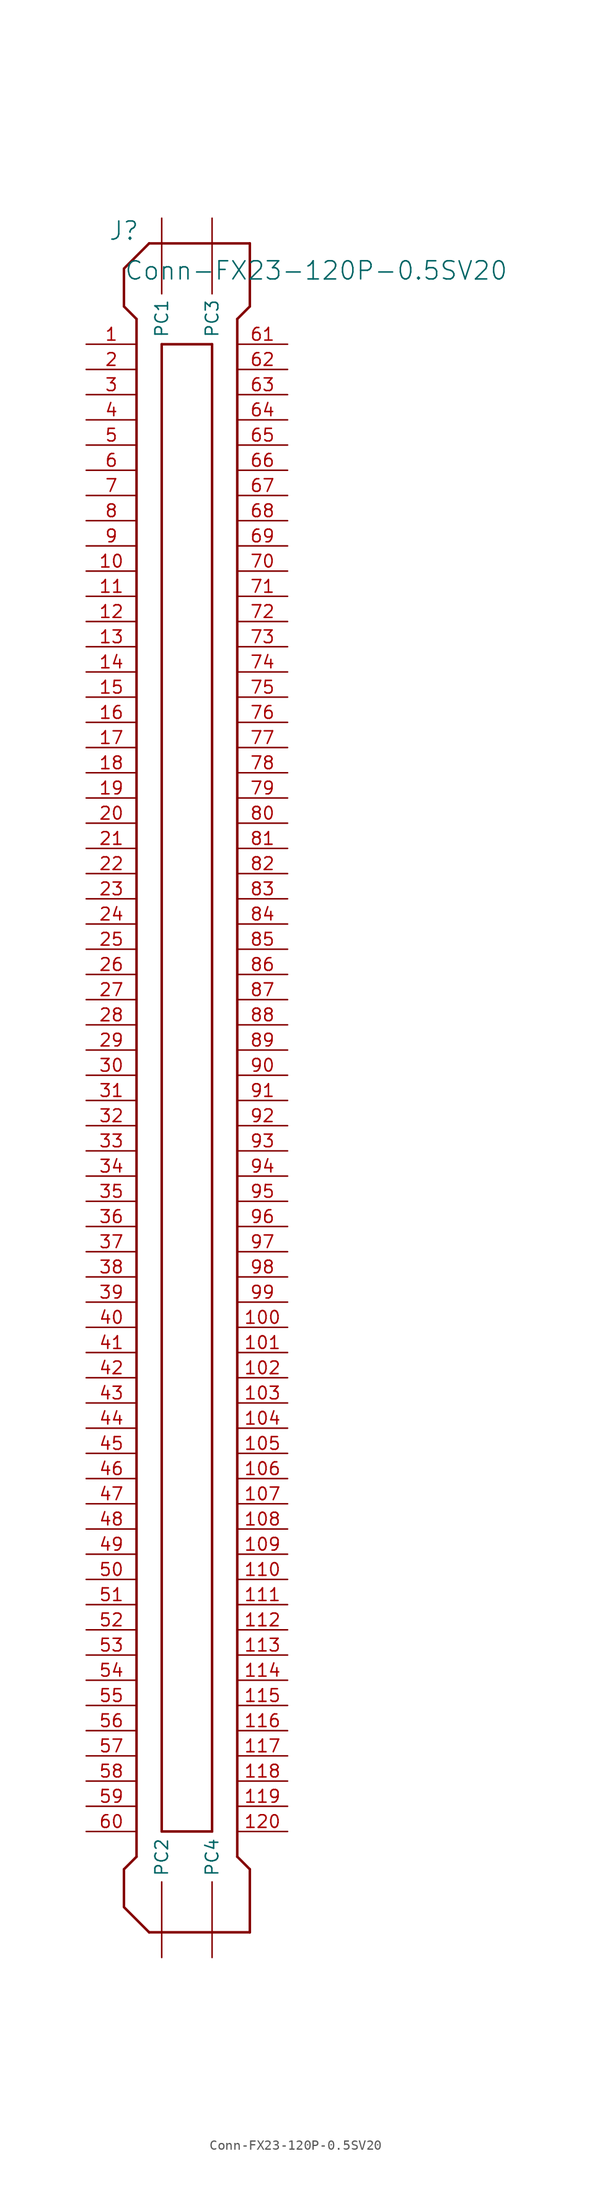
<source format=kicad_sym>
(kicad_symbol_lib
  (version 20231120)
  (generator "kicad_symbol_editor")
  (generator_version "8.0")
  (symbol "Conn-FX23-120P-0.5SV20"
    (property "Reference" "J"
      (at -1.27 1.27 0)
      (effects (font (size 1.829 1.829))))
    (property "Value" "Conn-FX23-120P-0.5SV20"
      (at -1.27 -3.81 0)
      (effects (font (size 1.829 1.829)) (justify left bottom)))
    (symbol "Conn-FX23-120P-0.5SV20_1_0"
      (polyline (pts (xy 0 -162.56) (xy -1.27 -163.83)) (stroke (width 0.254) (type solid)) (fill (type none)))
      (polyline (pts (xy 0 -162.56) (xy 0 -7.62)) (stroke (width 0.254) (type solid)) (fill (type none)))
      (polyline (pts (xy 0 -7.62) (xy -1.27 -6.35)) (stroke (width 0.254) (type solid)) (fill (type none)))
      (polyline (pts (xy 1.27 0) (xy 11.43 0)) (stroke (width 0.254) (type solid)) (fill (type none)))
      (polyline (pts (xy 2.54 -10.16) (xy 2.54 -160.02)) (stroke (width 0.254) (type solid)) (fill (type none)))
      (polyline (pts (xy 7.62 -160.02) (xy 2.54 -160.02)) (stroke (width 0.254) (type solid)) (fill (type none)))
      (polyline (pts (xy 7.62 -160.02) (xy 7.62 -10.16)) (stroke (width 0.254) (type solid)) (fill (type none)))
      (polyline (pts (xy 7.62 -10.16) (xy 2.54 -10.16)) (stroke (width 0.254) (type solid)) (fill (type none)))
      (polyline (pts (xy 10.16 -7.62) (xy 10.16 -162.56)) (stroke (width 0.254) (type solid)) (fill (type none)))
      (polyline (pts (xy 10.16 -7.62) (xy 11.43 -6.35)) (stroke (width 0.254) (type solid)) (fill (type none)))
      (polyline (pts (xy 11.43 -170.18) (xy 1.27 -170.18)) (stroke (width 0.254) (type solid)) (fill (type none)))
      (polyline (pts (xy 11.43 -163.83) (xy 10.16 -162.56)) (stroke (width 0.254) (type solid)) (fill (type none)))
      (polyline (pts (xy 11.43 -163.83) (xy 11.43 -170.18)) (stroke (width 0.254) (type solid)) (fill (type none)))
      (polyline (pts (xy 11.43 0) (xy 11.43 -6.35)) (stroke (width 0.254) (type solid)) (fill (type none)))
      (polyline (pts (xy 1.27 -170.18) (xy -1.27 -167.64) (xy -1.27 -163.83)) (stroke (width 0.254) (type solid)) (fill (type none)))
      (polyline (pts (xy 1.27 0) (xy -1.27 -2.54) (xy -1.27 -6.35)) (stroke (width 0.254) (type solid)) (fill (type none)))
      (pin passive line (at -5.08 -10.16 0) (length 5.08) (name "1" (effects (font (size 0 0)))) (number "1" (effects (font (size 1.27 1.27)))))
      (pin passive line (at -5.08 -33.02 0) (length 5.08) (name "10" (effects (font (size 0 0)))) (number "10" (effects (font (size 1.27 1.27)))))
      (pin passive line (at 15.24 -109.22 180) (length 5.08) (name "100" (effects (font (size 0 0)))) (number "100" (effects (font (size 1.27 1.27)))))
      (pin passive line (at 15.24 -111.76 180) (length 5.08) (name "101" (effects (font (size 0 0)))) (number "101" (effects (font (size 1.27 1.27)))))
      (pin passive line (at 15.24 -114.3 180) (length 5.08) (name "102" (effects (font (size 0 0)))) (number "102" (effects (font (size 1.27 1.27)))))
      (pin passive line (at 15.24 -116.84 180) (length 5.08) (name "103" (effects (font (size 0 0)))) (number "103" (effects (font (size 1.27 1.27)))))
      (pin passive line (at 15.24 -119.38 180) (length 5.08) (name "104" (effects (font (size 0 0)))) (number "104" (effects (font (size 1.27 1.27)))))
      (pin passive line (at 15.24 -121.92 180) (length 5.08) (name "105" (effects (font (size 0 0)))) (number "105" (effects (font (size 1.27 1.27)))))
      (pin passive line (at 15.24 -124.46 180) (length 5.08) (name "106" (effects (font (size 0 0)))) (number "106" (effects (font (size 1.27 1.27)))))
      (pin passive line (at 15.24 -127 180) (length 5.08) (name "107" (effects (font (size 0 0)))) (number "107" (effects (font (size 1.27 1.27)))))
      (pin passive line (at 15.24 -129.54 180) (length 5.08) (name "108" (effects (font (size 0 0)))) (number "108" (effects (font (size 1.27 1.27)))))
      (pin passive line (at 15.24 -132.08 180) (length 5.08) (name "109" (effects (font (size 0 0)))) (number "109" (effects (font (size 1.27 1.27)))))
      (pin passive line (at -5.08 -35.56 0) (length 5.08) (name "11" (effects (font (size 0 0)))) (number "11" (effects (font (size 1.27 1.27)))))
      (pin passive line (at 15.24 -134.62 180) (length 5.08) (name "110" (effects (font (size 0 0)))) (number "110" (effects (font (size 1.27 1.27)))))
      (pin passive line (at 15.24 -137.16 180) (length 5.08) (name "111" (effects (font (size 0 0)))) (number "111" (effects (font (size 1.27 1.27)))))
      (pin passive line (at 15.24 -139.7 180) (length 5.08) (name "112" (effects (font (size 0 0)))) (number "112" (effects (font (size 1.27 1.27)))))
      (pin passive line (at 15.24 -142.24 180) (length 5.08) (name "113" (effects (font (size 0 0)))) (number "113" (effects (font (size 1.27 1.27)))))
      (pin passive line (at 15.24 -144.78 180) (length 5.08) (name "114" (effects (font (size 0 0)))) (number "114" (effects (font (size 1.27 1.27)))))
      (pin passive line (at 15.24 -147.32 180) (length 5.08) (name "115" (effects (font (size 0 0)))) (number "115" (effects (font (size 1.27 1.27)))))
      (pin passive line (at 15.24 -149.86 180) (length 5.08) (name "116" (effects (font (size 0 0)))) (number "116" (effects (font (size 1.27 1.27)))))
      (pin passive line (at 15.24 -152.4 180) (length 5.08) (name "117" (effects (font (size 0 0)))) (number "117" (effects (font (size 1.27 1.27)))))
      (pin passive line (at 15.24 -154.94 180) (length 5.08) (name "118" (effects (font (size 0 0)))) (number "118" (effects (font (size 1.27 1.27)))))
      (pin passive line (at 15.24 -157.48 180) (length 5.08) (name "119" (effects (font (size 0 0)))) (number "119" (effects (font (size 1.27 1.27)))))
      (pin passive line (at -5.08 -38.1 0) (length 5.08) (name "12" (effects (font (size 0 0)))) (number "12" (effects (font (size 1.27 1.27)))))
      (pin passive line (at 15.24 -160.02 180) (length 5.08) (name "120" (effects (font (size 0 0)))) (number "120" (effects (font (size 1.27 1.27)))))
      (pin passive line (at 2.54 2.54 270) (length 7.62) (name "PC1" (effects (font (size 1.27 1.27)))) (number "121" (effects (font (size 0 0)))))
      (pin passive line (at 2.54 -172.72 90) (length 7.62) (name "PC2" (effects (font (size 1.27 1.27)))) (number "122" (effects (font (size 0 0)))))
      (pin passive line (at 7.62 2.54 270) (length 7.62) (name "PC3" (effects (font (size 1.27 1.27)))) (number "123" (effects (font (size 0 0)))))
      (pin passive line (at 7.62 -172.72 90) (length 7.62) (name "PC4" (effects (font (size 1.27 1.27)))) (number "124" (effects (font (size 0 0)))))
      (pin passive line (at -5.08 -40.64 0) (length 5.08) (name "13" (effects (font (size 0 0)))) (number "13" (effects (font (size 1.27 1.27)))))
      (pin passive line (at -5.08 -43.18 0) (length 5.08) (name "14" (effects (font (size 0 0)))) (number "14" (effects (font (size 1.27 1.27)))))
      (pin passive line (at -5.08 -45.72 0) (length 5.08) (name "15" (effects (font (size 0 0)))) (number "15" (effects (font (size 1.27 1.27)))))
      (pin passive line (at -5.08 -48.26 0) (length 5.08) (name "16" (effects (font (size 0 0)))) (number "16" (effects (font (size 1.27 1.27)))))
      (pin passive line (at -5.08 -50.8 0) (length 5.08) (name "17" (effects (font (size 0 0)))) (number "17" (effects (font (size 1.27 1.27)))))
      (pin passive line (at -5.08 -53.34 0) (length 5.08) (name "18" (effects (font (size 0 0)))) (number "18" (effects (font (size 1.27 1.27)))))
      (pin passive line (at -5.08 -55.88 0) (length 5.08) (name "19" (effects (font (size 0 0)))) (number "19" (effects (font (size 1.27 1.27)))))
      (pin passive line (at -5.08 -12.7 0) (length 5.08) (name "2" (effects (font (size 0 0)))) (number "2" (effects (font (size 1.27 1.27)))))
      (pin passive line (at -5.08 -58.42 0) (length 5.08) (name "20" (effects (font (size 0 0)))) (number "20" (effects (font (size 1.27 1.27)))))
      (pin passive line (at -5.08 -60.96 0) (length 5.08) (name "21" (effects (font (size 0 0)))) (number "21" (effects (font (size 1.27 1.27)))))
      (pin passive line (at -5.08 -63.5 0) (length 5.08) (name "22" (effects (font (size 0 0)))) (number "22" (effects (font (size 1.27 1.27)))))
      (pin passive line (at -5.08 -66.04 0) (length 5.08) (name "23" (effects (font (size 0 0)))) (number "23" (effects (font (size 1.27 1.27)))))
      (pin passive line (at -5.08 -68.58 0) (length 5.08) (name "24" (effects (font (size 0 0)))) (number "24" (effects (font (size 1.27 1.27)))))
      (pin passive line (at -5.08 -71.12 0) (length 5.08) (name "25" (effects (font (size 0 0)))) (number "25" (effects (font (size 1.27 1.27)))))
      (pin passive line (at -5.08 -73.66 0) (length 5.08) (name "26" (effects (font (size 0 0)))) (number "26" (effects (font (size 1.27 1.27)))))
      (pin passive line (at -5.08 -76.2 0) (length 5.08) (name "27" (effects (font (size 0 0)))) (number "27" (effects (font (size 1.27 1.27)))))
      (pin passive line (at -5.08 -78.74 0) (length 5.08) (name "28" (effects (font (size 0 0)))) (number "28" (effects (font (size 1.27 1.27)))))
      (pin passive line (at -5.08 -81.28 0) (length 5.08) (name "29" (effects (font (size 0 0)))) (number "29" (effects (font (size 1.27 1.27)))))
      (pin passive line (at -5.08 -15.24 0) (length 5.08) (name "3" (effects (font (size 0 0)))) (number "3" (effects (font (size 1.27 1.27)))))
      (pin passive line (at -5.08 -83.82 0) (length 5.08) (name "30" (effects (font (size 0 0)))) (number "30" (effects (font (size 1.27 1.27)))))
      (pin passive line (at -5.08 -86.36 0) (length 5.08) (name "31" (effects (font (size 0 0)))) (number "31" (effects (font (size 1.27 1.27)))))
      (pin passive line (at -5.08 -88.9 0) (length 5.08) (name "32" (effects (font (size 0 0)))) (number "32" (effects (font (size 1.27 1.27)))))
      (pin passive line (at -5.08 -91.44 0) (length 5.08) (name "33" (effects (font (size 0 0)))) (number "33" (effects (font (size 1.27 1.27)))))
      (pin passive line (at -5.08 -93.98 0) (length 5.08) (name "34" (effects (font (size 0 0)))) (number "34" (effects (font (size 1.27 1.27)))))
      (pin passive line (at -5.08 -96.52 0) (length 5.08) (name "35" (effects (font (size 0 0)))) (number "35" (effects (font (size 1.27 1.27)))))
      (pin passive line (at -5.08 -99.06 0) (length 5.08) (name "36" (effects (font (size 0 0)))) (number "36" (effects (font (size 1.27 1.27)))))
      (pin passive line (at -5.08 -101.6 0) (length 5.08) (name "37" (effects (font (size 0 0)))) (number "37" (effects (font (size 1.27 1.27)))))
      (pin passive line (at -5.08 -104.14 0) (length 5.08) (name "38" (effects (font (size 0 0)))) (number "38" (effects (font (size 1.27 1.27)))))
      (pin passive line (at -5.08 -106.68 0) (length 5.08) (name "39" (effects (font (size 0 0)))) (number "39" (effects (font (size 1.27 1.27)))))
      (pin passive line (at -5.08 -17.78 0) (length 5.08) (name "4" (effects (font (size 0 0)))) (number "4" (effects (font (size 1.27 1.27)))))
      (pin passive line (at -5.08 -109.22 0) (length 5.08) (name "40" (effects (font (size 0 0)))) (number "40" (effects (font (size 1.27 1.27)))))
      (pin passive line (at -5.08 -111.76 0) (length 5.08) (name "41" (effects (font (size 0 0)))) (number "41" (effects (font (size 1.27 1.27)))))
      (pin passive line (at -5.08 -114.3 0) (length 5.08) (name "42" (effects (font (size 0 0)))) (number "42" (effects (font (size 1.27 1.27)))))
      (pin passive line (at -5.08 -116.84 0) (length 5.08) (name "43" (effects (font (size 0 0)))) (number "43" (effects (font (size 1.27 1.27)))))
      (pin passive line (at -5.08 -119.38 0) (length 5.08) (name "44" (effects (font (size 0 0)))) (number "44" (effects (font (size 1.27 1.27)))))
      (pin passive line (at -5.08 -121.92 0) (length 5.08) (name "45" (effects (font (size 0 0)))) (number "45" (effects (font (size 1.27 1.27)))))
      (pin passive line (at -5.08 -124.46 0) (length 5.08) (name "46" (effects (font (size 0 0)))) (number "46" (effects (font (size 1.27 1.27)))))
      (pin passive line (at -5.08 -127 0) (length 5.08) (name "47" (effects (font (size 0 0)))) (number "47" (effects (font (size 1.27 1.27)))))
      (pin passive line (at -5.08 -129.54 0) (length 5.08) (name "48" (effects (font (size 0 0)))) (number "48" (effects (font (size 1.27 1.27)))))
      (pin passive line (at -5.08 -132.08 0) (length 5.08) (name "49" (effects (font (size 0 0)))) (number "49" (effects (font (size 1.27 1.27)))))
      (pin passive line (at -5.08 -20.32 0) (length 5.08) (name "5" (effects (font (size 0 0)))) (number "5" (effects (font (size 1.27 1.27)))))
      (pin passive line (at -5.08 -134.62 0) (length 5.08) (name "50" (effects (font (size 0 0)))) (number "50" (effects (font (size 1.27 1.27)))))
      (pin passive line (at -5.08 -137.16 0) (length 5.08) (name "51" (effects (font (size 0 0)))) (number "51" (effects (font (size 1.27 1.27)))))
      (pin passive line (at -5.08 -139.7 0) (length 5.08) (name "52" (effects (font (size 0 0)))) (number "52" (effects (font (size 1.27 1.27)))))
      (pin passive line (at -5.08 -142.24 0) (length 5.08) (name "53" (effects (font (size 0 0)))) (number "53" (effects (font (size 1.27 1.27)))))
      (pin passive line (at -5.08 -144.78 0) (length 5.08) (name "54" (effects (font (size 0 0)))) (number "54" (effects (font (size 1.27 1.27)))))
      (pin passive line (at -5.08 -147.32 0) (length 5.08) (name "55" (effects (font (size 0 0)))) (number "55" (effects (font (size 1.27 1.27)))))
      (pin passive line (at -5.08 -149.86 0) (length 5.08) (name "56" (effects (font (size 0 0)))) (number "56" (effects (font (size 1.27 1.27)))))
      (pin passive line (at -5.08 -152.4 0) (length 5.08) (name "57" (effects (font (size 0 0)))) (number "57" (effects (font (size 1.27 1.27)))))
      (pin passive line (at -5.08 -154.94 0) (length 5.08) (name "58" (effects (font (size 0 0)))) (number "58" (effects (font (size 1.27 1.27)))))
      (pin passive line (at -5.08 -157.48 0) (length 5.08) (name "59" (effects (font (size 0 0)))) (number "59" (effects (font (size 1.27 1.27)))))
      (pin passive line (at -5.08 -22.86 0) (length 5.08) (name "6" (effects (font (size 0 0)))) (number "6" (effects (font (size 1.27 1.27)))))
      (pin passive line (at -5.08 -160.02 0) (length 5.08) (name "60" (effects (font (size 0 0)))) (number "60" (effects (font (size 1.27 1.27)))))
      (pin passive line (at 15.24 -10.16 180) (length 5.08) (name "61" (effects (font (size 0 0)))) (number "61" (effects (font (size 1.27 1.27)))))
      (pin passive line (at 15.24 -12.7 180) (length 5.08) (name "62" (effects (font (size 0 0)))) (number "62" (effects (font (size 1.27 1.27)))))
      (pin passive line (at 15.24 -15.24 180) (length 5.08) (name "63" (effects (font (size 0 0)))) (number "63" (effects (font (size 1.27 1.27)))))
      (pin passive line (at 15.24 -17.78 180) (length 5.08) (name "64" (effects (font (size 0 0)))) (number "64" (effects (font (size 1.27 1.27)))))
      (pin passive line (at 15.24 -20.32 180) (length 5.08) (name "65" (effects (font (size 0 0)))) (number "65" (effects (font (size 1.27 1.27)))))
      (pin passive line (at 15.24 -22.86 180) (length 5.08) (name "66" (effects (font (size 0 0)))) (number "66" (effects (font (size 1.27 1.27)))))
      (pin passive line (at 15.24 -25.4 180) (length 5.08) (name "67" (effects (font (size 0 0)))) (number "67" (effects (font (size 1.27 1.27)))))
      (pin passive line (at 15.24 -27.94 180) (length 5.08) (name "68" (effects (font (size 0 0)))) (number "68" (effects (font (size 1.27 1.27)))))
      (pin passive line (at 15.24 -30.48 180) (length 5.08) (name "69" (effects (font (size 0 0)))) (number "69" (effects (font (size 1.27 1.27)))))
      (pin passive line (at -5.08 -25.4 0) (length 5.08) (name "7" (effects (font (size 0 0)))) (number "7" (effects (font (size 1.27 1.27)))))
      (pin passive line (at 15.24 -33.02 180) (length 5.08) (name "70" (effects (font (size 0 0)))) (number "70" (effects (font (size 1.27 1.27)))))
      (pin passive line (at 15.24 -35.56 180) (length 5.08) (name "71" (effects (font (size 0 0)))) (number "71" (effects (font (size 1.27 1.27)))))
      (pin passive line (at 15.24 -38.1 180) (length 5.08) (name "72" (effects (font (size 0 0)))) (number "72" (effects (font (size 1.27 1.27)))))
      (pin passive line (at 15.24 -40.64 180) (length 5.08) (name "73" (effects (font (size 0 0)))) (number "73" (effects (font (size 1.27 1.27)))))
      (pin passive line (at 15.24 -43.18 180) (length 5.08) (name "74" (effects (font (size 0 0)))) (number "74" (effects (font (size 1.27 1.27)))))
      (pin passive line (at 15.24 -45.72 180) (length 5.08) (name "75" (effects (font (size 0 0)))) (number "75" (effects (font (size 1.27 1.27)))))
      (pin passive line (at 15.24 -48.26 180) (length 5.08) (name "76" (effects (font (size 0 0)))) (number "76" (effects (font (size 1.27 1.27)))))
      (pin passive line (at 15.24 -50.8 180) (length 5.08) (name "77" (effects (font (size 0 0)))) (number "77" (effects (font (size 1.27 1.27)))))
      (pin passive line (at 15.24 -53.34 180) (length 5.08) (name "78" (effects (font (size 0 0)))) (number "78" (effects (font (size 1.27 1.27)))))
      (pin passive line (at 15.24 -55.88 180) (length 5.08) (name "79" (effects (font (size 0 0)))) (number "79" (effects (font (size 1.27 1.27)))))
      (pin passive line (at -5.08 -27.94 0) (length 5.08) (name "8" (effects (font (size 0 0)))) (number "8" (effects (font (size 1.27 1.27)))))
      (pin passive line (at 15.24 -58.42 180) (length 5.08) (name "80" (effects (font (size 0 0)))) (number "80" (effects (font (size 1.27 1.27)))))
      (pin passive line (at 15.24 -60.96 180) (length 5.08) (name "81" (effects (font (size 0 0)))) (number "81" (effects (font (size 1.27 1.27)))))
      (pin passive line (at 15.24 -63.5 180) (length 5.08) (name "82" (effects (font (size 0 0)))) (number "82" (effects (font (size 1.27 1.27)))))
      (pin passive line (at 15.24 -66.04 180) (length 5.08) (name "83" (effects (font (size 0 0)))) (number "83" (effects (font (size 1.27 1.27)))))
      (pin passive line (at 15.24 -68.58 180) (length 5.08) (name "84" (effects (font (size 0 0)))) (number "84" (effects (font (size 1.27 1.27)))))
      (pin passive line (at 15.24 -71.12 180) (length 5.08) (name "85" (effects (font (size 0 0)))) (number "85" (effects (font (size 1.27 1.27)))))
      (pin passive line (at 15.24 -73.66 180) (length 5.08) (name "86" (effects (font (size 0 0)))) (number "86" (effects (font (size 1.27 1.27)))))
      (pin passive line (at 15.24 -76.2 180) (length 5.08) (name "87" (effects (font (size 0 0)))) (number "87" (effects (font (size 1.27 1.27)))))
      (pin passive line (at 15.24 -78.74 180) (length 5.08) (name "88" (effects (font (size 0 0)))) (number "88" (effects (font (size 1.27 1.27)))))
      (pin passive line (at 15.24 -81.28 180) (length 5.08) (name "89" (effects (font (size 0 0)))) (number "89" (effects (font (size 1.27 1.27)))))
      (pin passive line (at -5.08 -30.48 0) (length 5.08) (name "9" (effects (font (size 0 0)))) (number "9" (effects (font (size 1.27 1.27)))))
      (pin passive line (at 15.24 -83.82 180) (length 5.08) (name "90" (effects (font (size 0 0)))) (number "90" (effects (font (size 1.27 1.27)))))
      (pin passive line (at 15.24 -86.36 180) (length 5.08) (name "91" (effects (font (size 0 0)))) (number "91" (effects (font (size 1.27 1.27)))))
      (pin passive line (at 15.24 -88.9 180) (length 5.08) (name "92" (effects (font (size 0 0)))) (number "92" (effects (font (size 1.27 1.27)))))
      (pin passive line (at 15.24 -91.44 180) (length 5.08) (name "93" (effects (font (size 0 0)))) (number "93" (effects (font (size 1.27 1.27)))))
      (pin passive line (at 15.24 -93.98 180) (length 5.08) (name "94" (effects (font (size 0 0)))) (number "94" (effects (font (size 1.27 1.27)))))
      (pin passive line (at 15.24 -96.52 180) (length 5.08) (name "95" (effects (font (size 0 0)))) (number "95" (effects (font (size 1.27 1.27)))))
      (pin passive line (at 15.24 -99.06 180) (length 5.08) (name "96" (effects (font (size 0 0)))) (number "96" (effects (font (size 1.27 1.27)))))
      (pin passive line (at 15.24 -101.6 180) (length 5.08) (name "97" (effects (font (size 0 0)))) (number "97" (effects (font (size 1.27 1.27)))))
      (pin passive line (at 15.24 -104.14 180) (length 5.08) (name "98" (effects (font (size 0 0)))) (number "98" (effects (font (size 1.27 1.27)))))
      (pin passive line (at 15.24 -106.68 180) (length 5.08) (name "99" (effects (font (size 0 0)))) (number "99" (effects (font (size 1.27 1.27))))))))
</source>
